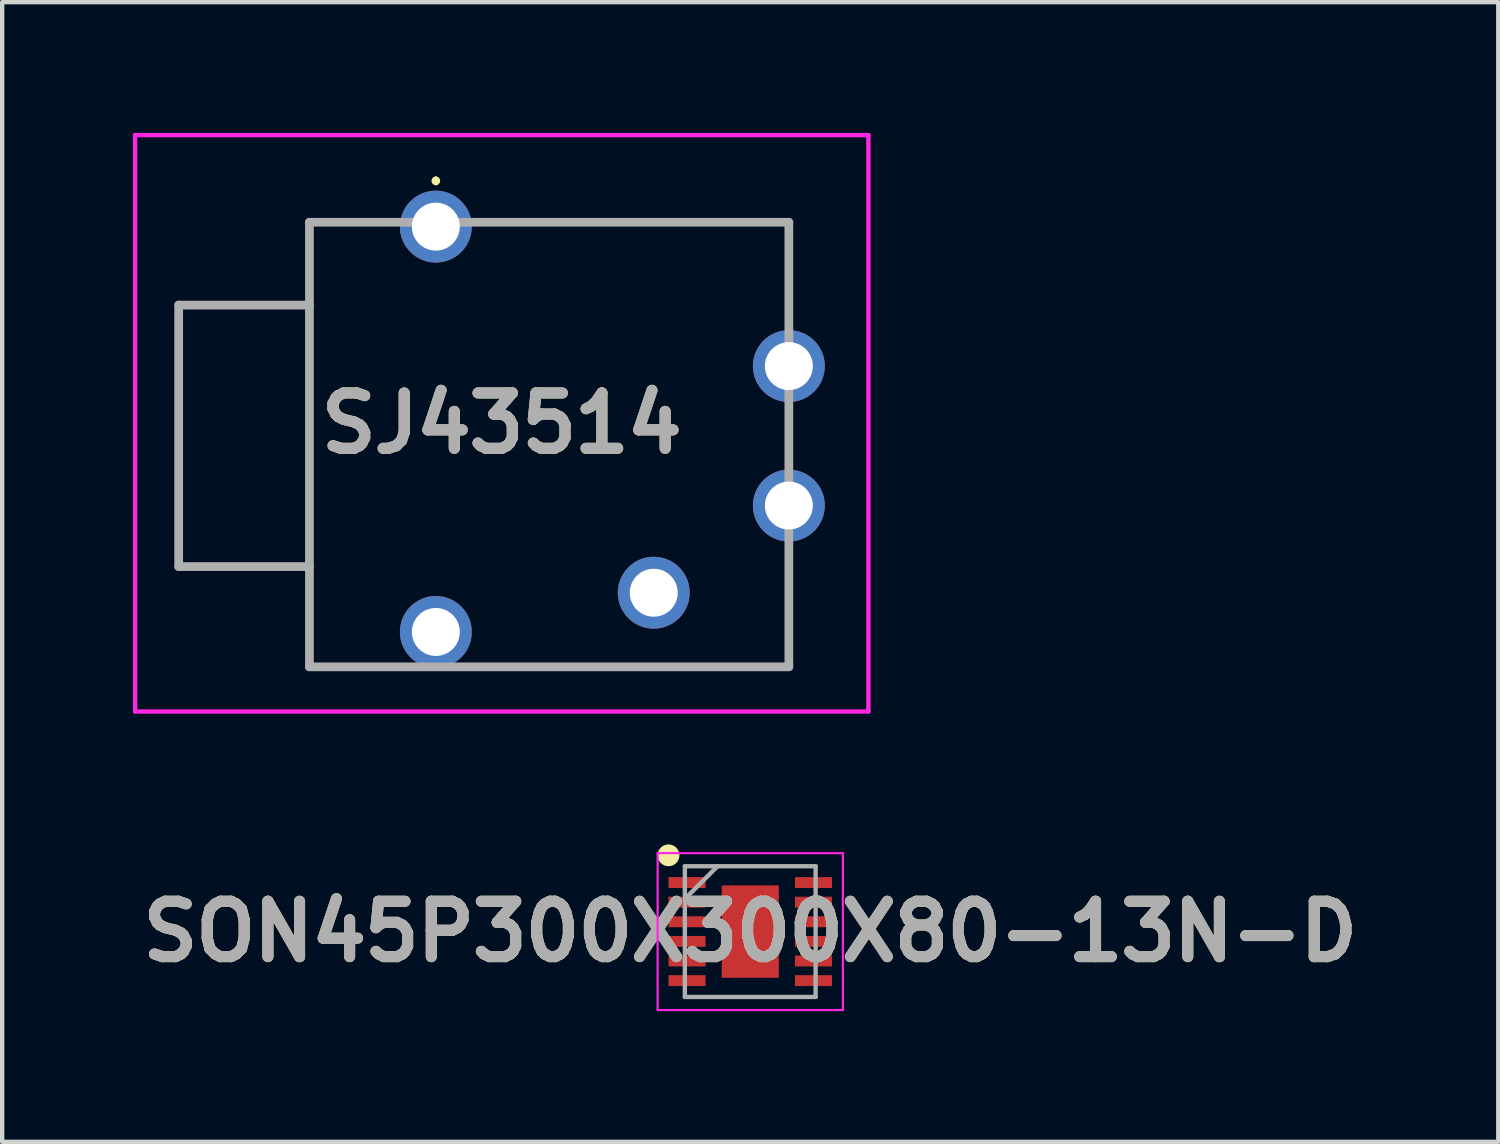
<source format=kicad_pcb>
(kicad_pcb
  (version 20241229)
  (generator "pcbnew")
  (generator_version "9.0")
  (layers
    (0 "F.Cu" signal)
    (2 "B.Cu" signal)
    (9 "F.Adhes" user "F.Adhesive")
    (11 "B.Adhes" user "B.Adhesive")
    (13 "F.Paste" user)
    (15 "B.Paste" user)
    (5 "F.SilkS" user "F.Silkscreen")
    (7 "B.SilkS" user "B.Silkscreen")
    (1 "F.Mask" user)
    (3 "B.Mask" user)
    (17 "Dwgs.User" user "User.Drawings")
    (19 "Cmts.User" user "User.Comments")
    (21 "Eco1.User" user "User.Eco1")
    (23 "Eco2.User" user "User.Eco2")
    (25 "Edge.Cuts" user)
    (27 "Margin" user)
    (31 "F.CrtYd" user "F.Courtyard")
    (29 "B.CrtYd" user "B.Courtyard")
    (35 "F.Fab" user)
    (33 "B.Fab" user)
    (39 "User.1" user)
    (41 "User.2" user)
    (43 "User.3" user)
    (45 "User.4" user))
  (footprint "SJ43514"
    (layer "F.Cu")
    (at 6.95 2.15)
    (property "Reference" "SJ43514" (at 1.512 4.512 0) (layer "F.SilkS") (effects (font (size 1.27 1.27) (thickness 0.254))))
    (attr through_hole)
    (fp_line (start -2.9 -0.1) (end -1.4 -0.1) (stroke (width 0.1) (type solid)) (layer "F.SilkS"))
    (fp_line (start -2.9 10.1) (end -2.9 -0.1) (stroke (width 0.1) (type solid)) (layer "F.SilkS"))
    (fp_line (start -1.4 10.1) (end -2.9 10.1) (stroke (width 0.1) (type solid)) (layer "F.SilkS"))
    (fp_line (start 0 -1.1) (end 0 -1.1) (stroke (width 0.1) (type solid)) (layer "F.SilkS"))
    (fp_line (start 0 -1) (end 0 -1) (stroke (width 0.1) (type solid)) (layer "F.SilkS"))
    (fp_line (start 1.1 -0.1) (end 2.1 -0.1) (stroke (width 0.1) (type solid)) (layer "F.SilkS"))
    (fp_line (start 2.1 -0.1) (end 8.1 -0.1) (stroke (width 0.1) (type solid)) (layer "F.SilkS"))
    (fp_line (start 8.1 -0.1) (end 8.1 1.8) (stroke (width 0.1) (type solid)) (layer "F.SilkS"))
    (fp_line (start 8.1 7.8) (end 8.1 10.1) (stroke (width 0.1) (type solid)) (layer "F.SilkS"))
    (fp_line (start 8.1 10.1) (end 1.1 10.1) (stroke (width 0.1) (type solid)) (layer "F.SilkS"))
    (fp_arc (start 0 -1.1) (mid 0.05 -1.05) (end 0 -1) (stroke (width 0.1) (type solid)) (layer "F.SilkS"))
    (fp_arc (start 0 -1) (mid -0.05 -1.05) (end 0 -1.1) (stroke (width 0.1) (type solid)) (layer "F.SilkS"))
    (fp_line (start -6.9 -2.1) (end 9.925 -2.1) (stroke (width 0.1) (type solid)) (layer "F.CrtYd"))
    (fp_line (start -6.9 11.125) (end -6.9 -2.1) (stroke (width 0.1) (type solid)) (layer "F.CrtYd"))
    (fp_line (start 9.925 -2.1) (end 9.925 11.125) (stroke (width 0.1) (type solid)) (layer "F.CrtYd"))
    (fp_line (start 9.925 11.125) (end -6.9 11.125) (stroke (width 0.1) (type solid)) (layer "F.CrtYd"))
    (fp_line (start -5.9 1.8) (end -2.9 1.8) (stroke (width 0.2) (type solid)) (layer "F.Fab"))
    (fp_line (start -5.9 7.8) (end -5.9 1.8) (stroke (width 0.2) (type solid)) (layer "F.Fab"))
    (fp_line (start -2.9 -0.1) (end -2.9 10.1) (stroke (width 0.2) (type solid)) (layer "F.Fab"))
    (fp_line (start -2.9 7.8) (end -5.9 7.8) (stroke (width 0.2) (type solid)) (layer "F.Fab"))
    (fp_line (start -2.9 10.1) (end 8.1 10.1) (stroke (width 0.2) (type solid)) (layer "F.Fab"))
    (fp_line (start 8.1 -0.1) (end -2.9 -0.1) (stroke (width 0.2) (type solid)) (layer "F.Fab"))
    (fp_line (start 8.1 10.1) (end 8.1 -0.1) (stroke (width 0.2) (type solid)) (layer "F.Fab"))
    (fp_text user "${REFERENCE}" (at 1.512 4.512 0) (layer "F.Fab") (effects (font (size 1.27 1.27) (thickness 0.254))))
    (pad "" np_thru_hole circle (at 0 4.8) (size 0.001 0.001) (drill 1.1) (layers "*.Cu" "*.Mask"))
    (pad "" np_thru_hole circle (at 5 4.8) (size 0.001 0.001) (drill 1.1) (layers "*.Cu" "*.Mask"))
    (pad "1" thru_hole circle (at 0 0) (size 1.65 1.65) (drill 1.1) (layers "*.Cu" "*.Mask"))
    (pad "2" thru_hole circle (at 5 8.4) (size 1.65 1.65) (drill 1.1) (layers "*.Cu" "*.Mask"))
    (pad "3" thru_hole circle (at 8.1 3.2) (size 1.65 1.65) (drill 1.1) (layers "*.Cu" "*.Mask"))
    (pad "4" thru_hole circle (at 0 9.3) (size 1.65 1.65) (drill 1.1) (layers "*.Cu" "*.Mask"))
    (pad "5" thru_hole circle (at 8.1 6.4) (size 1.65 1.65) (drill 1.1) (layers "*.Cu" "*.Mask")))
  (footprint "SON45P300X300X80-13N-D"
    (layer "F.Cu")
    (at 14.164 18.325)
    (property "Reference" "SON45P300X300X80-13N-D" (at 0 0 0) (layer "F.SilkS") (effects (font (size 1.27 1.27) (thickness 0.254))))
    (attr smd)
    (fp_circle (center -1.875 -1.75) (end -1.875 -1.625) (stroke (width 0.25) (type solid)) (fill no) (layer "F.SilkS"))
    (fp_line (start -2.125 -1.8) (end 2.125 -1.8) (stroke (width 0.05) (type solid)) (layer "F.CrtYd"))
    (fp_line (start -2.125 1.8) (end -2.125 -1.8) (stroke (width 0.05) (type solid)) (layer "F.CrtYd"))
    (fp_line (start 2.125 -1.8) (end 2.125 1.8) (stroke (width 0.05) (type solid)) (layer "F.CrtYd"))
    (fp_line (start 2.125 1.8) (end -2.125 1.8) (stroke (width 0.05) (type solid)) (layer "F.CrtYd"))
    (fp_line (start -1.5 -1.5) (end 1.5 -1.5) (stroke (width 0.1) (type solid)) (layer "F.Fab"))
    (fp_line (start -1.5 -0.75) (end -0.75 -1.5) (stroke (width 0.1) (type solid)) (layer "F.Fab"))
    (fp_line (start -1.5 1.5) (end -1.5 -1.5) (stroke (width 0.1) (type solid)) (layer "F.Fab"))
    (fp_line (start 1.5 -1.5) (end 1.5 1.5) (stroke (width 0.1) (type solid)) (layer "F.Fab"))
    (fp_line (start 1.5 1.5) (end -1.5 1.5) (stroke (width 0.1) (type solid)) (layer "F.Fab"))
    (fp_text user "${REFERENCE}" (at 0 0 0) (layer "F.Fab") (effects (font (size 1.27 1.27) (thickness 0.254))))
    (pad "1" smd rect (at -1.45 -1.125 90) (size 0.25 0.85) (layers "F.Cu" "F.Mask" "F.Paste"))
    (pad "2" smd rect (at -1.45 -0.675 90) (size 0.25 0.85) (layers "F.Cu" "F.Mask" "F.Paste"))
    (pad "3" smd rect (at -1.45 -0.225 90) (size 0.25 0.85) (layers "F.Cu" "F.Mask" "F.Paste"))
    (pad "4" smd rect (at -1.45 0.225 90) (size 0.25 0.85) (layers "F.Cu" "F.Mask" "F.Paste"))
    (pad "5" smd rect (at -1.45 0.675 90) (size 0.25 0.85) (layers "F.Cu" "F.Mask" "F.Paste"))
    (pad "6" smd rect (at -1.45 1.125 90) (size 0.25 0.85) (layers "F.Cu" "F.Mask" "F.Paste"))
    (pad "7" smd rect (at 1.45 1.125 90) (size 0.25 0.85) (layers "F.Cu" "F.Mask" "F.Paste"))
    (pad "8" smd rect (at 1.45 0.675 90) (size 0.25 0.85) (layers "F.Cu" "F.Mask" "F.Paste"))
    (pad "9" smd rect (at 1.45 0.225 90) (size 0.25 0.85) (layers "F.Cu" "F.Mask" "F.Paste"))
    (pad "10" smd rect (at 1.45 -0.225 90) (size 0.25 0.85) (layers "F.Cu" "F.Mask" "F.Paste"))
    (pad "11" smd rect (at 1.45 -0.675 90) (size 0.25 0.85) (layers "F.Cu" "F.Mask" "F.Paste"))
    (pad "12" smd rect (at 1.45 -1.125 90) (size 0.25 0.85) (layers "F.Cu" "F.Mask" "F.Paste"))
    (pad "13" smd rect (at 0 0) (size 1.31 2.12) (layers "F.Cu" "F.Mask" "F.Paste")))
  (gr_rect
    (start -3 -3)
    (end 31.327 23.15)
    (stroke (width 0.1) (type default))
    (fill no)
    (layer "Edge.Cuts")))
</source>
